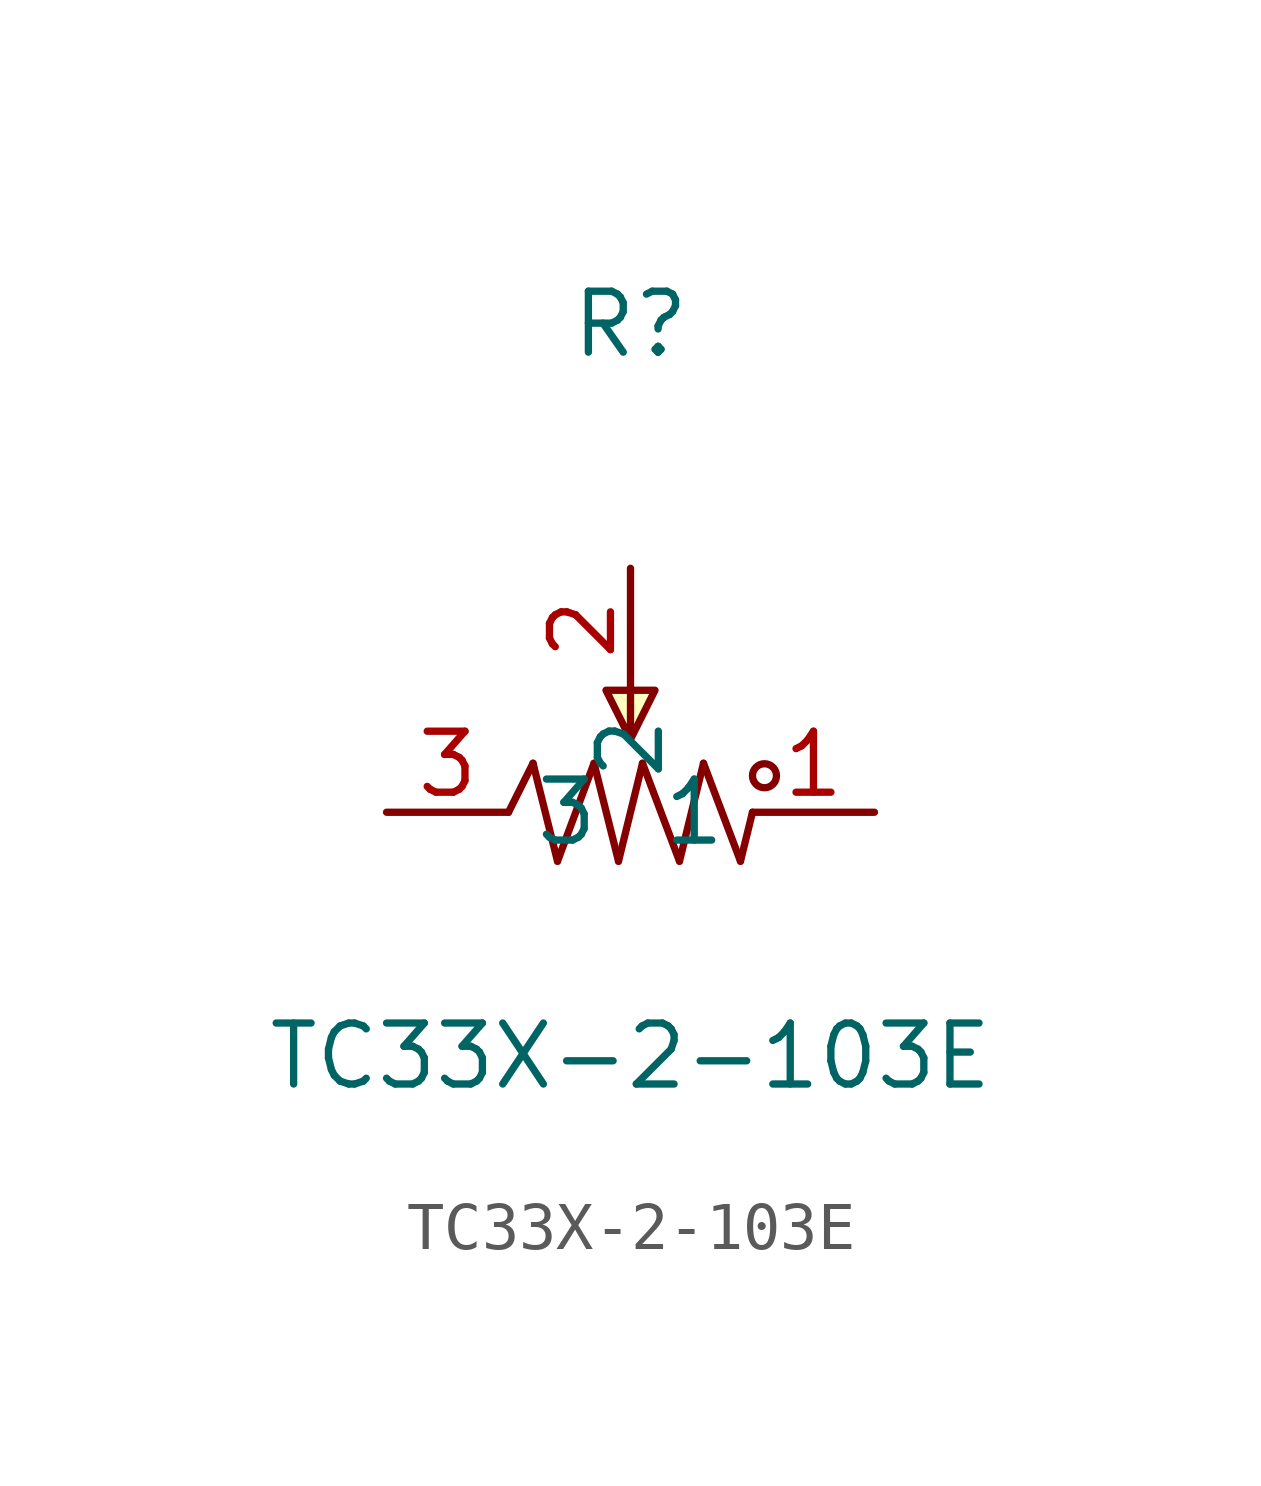
<source format=kicad_sym>
(kicad_symbol_lib
  (version 20220914)
  (generator kicad_symbol_editor)
  (symbol "TC33X-2-103E"
    (property "Reference" "R"
      (at 0 10.16 0)
      (effects (font (size 1.27 1.27))))
    (property "Value" "TC33X-2-103E"
      (at 0 -5.08 0)
      (effects (font (size 1.27 1.27))))
    (symbol "TC33X-2-103E_0_1"
      (polyline (pts (xy -2.54 0) (xy -2.03 1.02)) (stroke (width 0) (type default)) (fill (type none)))
      (polyline (pts (xy -2.03 1.02) (xy -1.52 -1.02)) (stroke (width 0) (type default)) (fill (type none)))
      (polyline (pts (xy -1.52 -1.02) (xy -0.76 1.02)) (stroke (width 0) (type default)) (fill (type none)))
      (polyline (pts (xy -0.76 1.02) (xy -0.25 -1.02)) (stroke (width 0) (type default)) (fill (type none)))
      (polyline (pts (xy -0.25 -1.02) (xy 0.25 1.02)) (stroke (width 0) (type default)) (fill (type none)))
      (polyline (pts (xy 0 2.54) (xy 0 1.52)) (stroke (width 0) (type default)) (fill (type none)))
      (polyline (pts (xy 0.25 1.02) (xy 1.02 -1.02)) (stroke (width 0) (type default)) (fill (type none)))
      (polyline (pts (xy 1.02 -1.02) (xy 1.52 1.02)) (stroke (width 0) (type default)) (fill (type none)))
      (polyline (pts (xy 1.52 1.02) (xy 2.29 -1.02)) (stroke (width 0) (type default)) (fill (type none)))
      (polyline (pts (xy 2.29 -1.02) (xy 2.54 0)) (stroke (width 0) (type default)) (fill (type none)))
      (polyline (pts (xy -0.51 2.54) (xy 0 1.52) (xy 0.51 2.54) (xy -0.51 2.54)) (stroke (width 0) (type default)) (fill (type background)))
      (circle (center 2.79 0.76) (radius 0.25) (stroke (width 0) (type default)) (fill (type none)))
      (pin unspecified line (at 5.08 0 180) (length 2.54) (name "1" (effects (font (size 1.27 1.27)))) (number "1" (effects (font (size 1.27 1.27)))))
      (pin unspecified line (at 0 5.08 270) (length 2.54) (name "2" (effects (font (size 1.27 1.27)))) (number "2" (effects (font (size 1.27 1.27)))))
      (pin unspecified line (at -5.08 0 0) (length 2.54) (name "3" (effects (font (size 1.27 1.27)))) (number "3" (effects (font (size 1.27 1.27))))))))
</source>
